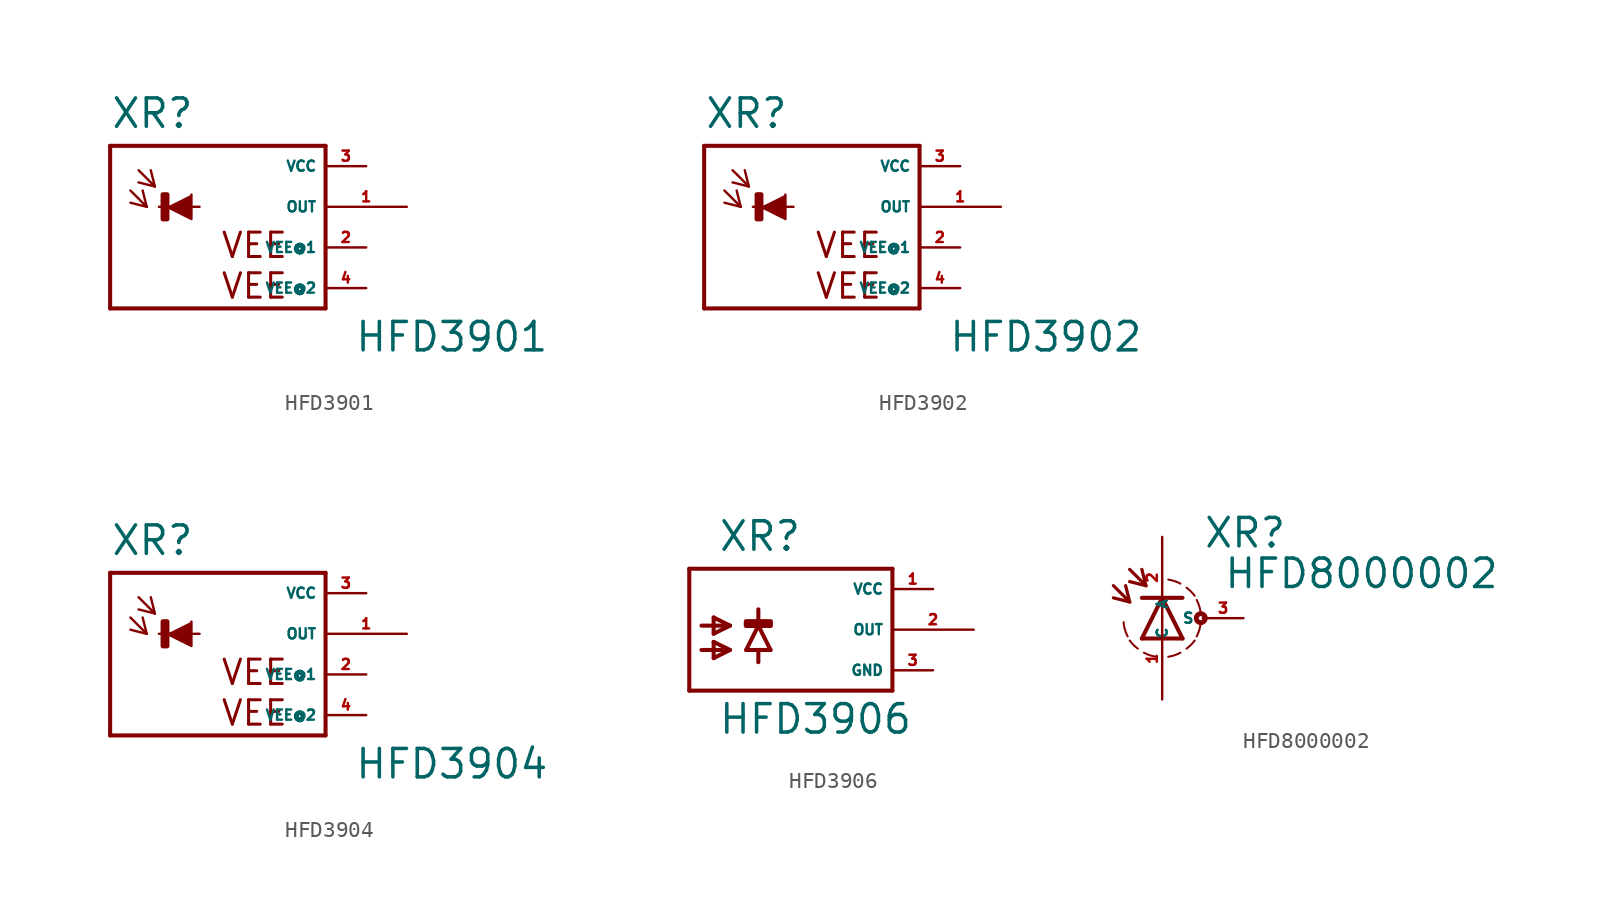
<source format=kicad_sym>
(kicad_symbol_lib
  (version 20220914)
  (generator Eagle2Kicad)
  (symbol "HFD3901"
    (property "Reference" "XR"
      (at -5.842 4.801 0)
      (effects (font (size 1.778 1.778) (thickness 0.22)) (justify left bottom)))
    (property "Value" "HFD3901"
      (at 9.398 -9.169 0)
      (effects (font (size 1.778 1.778) (thickness 0.22)) (justify left bottom)))
    (polyline
      (pts (xy -2.286 0) (xy -0.762 -0.762) (xy -0.762 0.762))
      (stroke (width 0.152) (type default))
      (fill (type outline)))
    (polyline
      (pts (xy -4.572 1.016) (xy -3.556 0))
      (stroke (width 0.152) (type default))
      (fill (type none)))
    (polyline
      (pts (xy -3.556 0) (xy -3.81 1.016))
      (stroke (width 0.152) (type default))
      (fill (type none)))
    (polyline
      (pts (xy -3.556 0) (xy -4.572 0.254))
      (stroke (width 0.152) (type default))
      (fill (type none)))
    (polyline
      (pts (xy -4.064 2.286) (xy -3.048 1.27))
      (stroke (width 0.152) (type default))
      (fill (type none)))
    (polyline
      (pts (xy -3.048 1.27) (xy -3.302 2.286))
      (stroke (width 0.152) (type default))
      (fill (type none)))
    (polyline
      (pts (xy -3.048 1.27) (xy -4.064 1.524))
      (stroke (width 0.152) (type default))
      (fill (type none)))
    (polyline
      (pts (xy 7.62 3.81) (xy 7.62 -6.35))
      (stroke (width 0.254) (type default))
      (fill (type none)))
    (polyline
      (pts (xy 7.62 -6.35) (xy -5.842 -6.35))
      (stroke (width 0.254) (type default))
      (fill (type none)))
    (polyline
      (pts (xy -5.842 -6.35) (xy -5.842 3.81))
      (stroke (width 0.254) (type default))
      (fill (type none)))
    (polyline
      (pts (xy -5.842 3.81) (xy 7.62 3.81))
      (stroke (width 0.254) (type default))
      (fill (type none)))
    (polyline
      (pts (xy -2.794 0) (xy -0.254 0))
      (stroke (width 0.152) (type default))
      (fill (type none)))
    (text "VEE"
      (at 1.016 -3.302 0)
      (effects (font (size 1.524 1.524) (thickness 0.19)) (justify left bottom)))
    (text "VEE"
      (at 1.016 -5.842 0)
      (effects (font (size 1.524 1.524) (thickness 0.19)) (justify left bottom)))
    (rectangle
      (start -2.54 -0.762)
      (end -2.286 0.762)
      (stroke (width 0.3) (type default))
      (fill (type outline)))
    (pin unspecified line
      (at 10.16 2.54 180)
      (length 2.54)
      (name "VCC" (effects (font (size 0.635 0.635) (thickness 0.08)) (justify left bottom)))
      (number "3" (effects (font (size 0.635 0.635) (thickness 0.08)) (justify left bottom))))
    (pin unspecified line
      (at 10.16 -2.54 180)
      (length 2.54)
      (name "VEE@1" (effects (font (size 0.635 0.635) (thickness 0.08)) (justify left bottom)))
      (number "2" (effects (font (size 0.635 0.635) (thickness 0.08)) (justify left bottom))))
    (pin output line
      (at 12.7 0 180)
      (length 5.08)
      (name "OUT" (effects (font (size 0.635 0.635) (thickness 0.08)) (justify left bottom)))
      (number "1" (effects (font (size 0.635 0.635) (thickness 0.08)) (justify left bottom))))
    (pin unspecified line
      (at 10.16 -5.08 180)
      (length 2.54)
      (name "VEE@2" (effects (font (size 0.635 0.635) (thickness 0.08)) (justify left bottom)))
      (number "4" (effects (font (size 0.635 0.635) (thickness 0.08)) (justify left bottom)))))
  (symbol "HFD3902"
    (property "Reference" "XR"
      (at -5.842 4.801 0)
      (effects (font (size 1.778 1.778) (thickness 0.22)) (justify left bottom)))
    (property "Value" "HFD3902"
      (at 9.398 -9.169 0)
      (effects (font (size 1.778 1.778) (thickness 0.22)) (justify left bottom)))
    (polyline
      (pts (xy -2.286 0) (xy -0.762 -0.762) (xy -0.762 0.762))
      (stroke (width 0.152) (type default))
      (fill (type outline)))
    (polyline
      (pts (xy -4.572 1.016) (xy -3.556 0))
      (stroke (width 0.152) (type default))
      (fill (type none)))
    (polyline
      (pts (xy -3.556 0) (xy -3.81 1.016))
      (stroke (width 0.152) (type default))
      (fill (type none)))
    (polyline
      (pts (xy -3.556 0) (xy -4.572 0.254))
      (stroke (width 0.152) (type default))
      (fill (type none)))
    (polyline
      (pts (xy -4.064 2.286) (xy -3.048 1.27))
      (stroke (width 0.152) (type default))
      (fill (type none)))
    (polyline
      (pts (xy -3.048 1.27) (xy -3.302 2.286))
      (stroke (width 0.152) (type default))
      (fill (type none)))
    (polyline
      (pts (xy -3.048 1.27) (xy -4.064 1.524))
      (stroke (width 0.152) (type default))
      (fill (type none)))
    (polyline
      (pts (xy 7.62 3.81) (xy 7.62 -6.35))
      (stroke (width 0.254) (type default))
      (fill (type none)))
    (polyline
      (pts (xy 7.62 -6.35) (xy -5.842 -6.35))
      (stroke (width 0.254) (type default))
      (fill (type none)))
    (polyline
      (pts (xy -5.842 -6.35) (xy -5.842 3.81))
      (stroke (width 0.254) (type default))
      (fill (type none)))
    (polyline
      (pts (xy -5.842 3.81) (xy 7.62 3.81))
      (stroke (width 0.254) (type default))
      (fill (type none)))
    (polyline
      (pts (xy -2.794 0) (xy -0.254 0))
      (stroke (width 0.152) (type default))
      (fill (type none)))
    (text "VEE"
      (at 1.016 -3.302 0)
      (effects (font (size 1.524 1.524) (thickness 0.19)) (justify left bottom)))
    (text "VEE"
      (at 1.016 -5.842 0)
      (effects (font (size 1.524 1.524) (thickness 0.19)) (justify left bottom)))
    (rectangle
      (start -2.54 -0.762)
      (end -2.286 0.762)
      (stroke (width 0.3) (type default))
      (fill (type outline)))
    (pin unspecified line
      (at 10.16 2.54 180)
      (length 2.54)
      (name "VCC" (effects (font (size 0.635 0.635) (thickness 0.08)) (justify left bottom)))
      (number "3" (effects (font (size 0.635 0.635) (thickness 0.08)) (justify left bottom))))
    (pin unspecified line
      (at 10.16 -2.54 180)
      (length 2.54)
      (name "VEE@1" (effects (font (size 0.635 0.635) (thickness 0.08)) (justify left bottom)))
      (number "2" (effects (font (size 0.635 0.635) (thickness 0.08)) (justify left bottom))))
    (pin output line
      (at 12.7 0 180)
      (length 5.08)
      (name "OUT" (effects (font (size 0.635 0.635) (thickness 0.08)) (justify left bottom)))
      (number "1" (effects (font (size 0.635 0.635) (thickness 0.08)) (justify left bottom))))
    (pin unspecified line
      (at 10.16 -5.08 180)
      (length 2.54)
      (name "VEE@2" (effects (font (size 0.635 0.635) (thickness 0.08)) (justify left bottom)))
      (number "4" (effects (font (size 0.635 0.635) (thickness 0.08)) (justify left bottom)))))
  (symbol "HFD3904"
    (property "Reference" "XR"
      (at -5.842 4.801 0)
      (effects (font (size 1.778 1.778) (thickness 0.22)) (justify left bottom)))
    (property "Value" "HFD3904"
      (at 9.398 -9.169 0)
      (effects (font (size 1.778 1.778) (thickness 0.22)) (justify left bottom)))
    (polyline
      (pts (xy -2.286 0) (xy -0.762 -0.762) (xy -0.762 0.762))
      (stroke (width 0.152) (type default))
      (fill (type outline)))
    (polyline
      (pts (xy -4.572 1.016) (xy -3.556 0))
      (stroke (width 0.152) (type default))
      (fill (type none)))
    (polyline
      (pts (xy -3.556 0) (xy -3.81 1.016))
      (stroke (width 0.152) (type default))
      (fill (type none)))
    (polyline
      (pts (xy -3.556 0) (xy -4.572 0.254))
      (stroke (width 0.152) (type default))
      (fill (type none)))
    (polyline
      (pts (xy -4.064 2.286) (xy -3.048 1.27))
      (stroke (width 0.152) (type default))
      (fill (type none)))
    (polyline
      (pts (xy -3.048 1.27) (xy -3.302 2.286))
      (stroke (width 0.152) (type default))
      (fill (type none)))
    (polyline
      (pts (xy -3.048 1.27) (xy -4.064 1.524))
      (stroke (width 0.152) (type default))
      (fill (type none)))
    (polyline
      (pts (xy 7.62 3.81) (xy 7.62 -6.35))
      (stroke (width 0.254) (type default))
      (fill (type none)))
    (polyline
      (pts (xy 7.62 -6.35) (xy -5.842 -6.35))
      (stroke (width 0.254) (type default))
      (fill (type none)))
    (polyline
      (pts (xy -5.842 -6.35) (xy -5.842 3.81))
      (stroke (width 0.254) (type default))
      (fill (type none)))
    (polyline
      (pts (xy -5.842 3.81) (xy 7.62 3.81))
      (stroke (width 0.254) (type default))
      (fill (type none)))
    (polyline
      (pts (xy -2.794 0) (xy -0.254 0))
      (stroke (width 0.152) (type default))
      (fill (type none)))
    (text "VEE"
      (at 1.016 -3.302 0)
      (effects (font (size 1.524 1.524) (thickness 0.19)) (justify left bottom)))
    (text "VEE"
      (at 1.016 -5.842 0)
      (effects (font (size 1.524 1.524) (thickness 0.19)) (justify left bottom)))
    (rectangle
      (start -2.54 -0.762)
      (end -2.286 0.762)
      (stroke (width 0.3) (type default))
      (fill (type outline)))
    (pin unspecified line
      (at 10.16 2.54 180)
      (length 2.54)
      (name "VCC" (effects (font (size 0.635 0.635) (thickness 0.08)) (justify left bottom)))
      (number "3" (effects (font (size 0.635 0.635) (thickness 0.08)) (justify left bottom))))
    (pin unspecified line
      (at 10.16 -2.54 180)
      (length 2.54)
      (name "VEE@1" (effects (font (size 0.635 0.635) (thickness 0.08)) (justify left bottom)))
      (number "2" (effects (font (size 0.635 0.635) (thickness 0.08)) (justify left bottom))))
    (pin output line
      (at 12.7 0 180)
      (length 5.08)
      (name "OUT" (effects (font (size 0.635 0.635) (thickness 0.08)) (justify left bottom)))
      (number "1" (effects (font (size 0.635 0.635) (thickness 0.08)) (justify left bottom))))
    (pin unspecified line
      (at 10.16 -5.08 180)
      (length 2.54)
      (name "VEE@2" (effects (font (size 0.635 0.635) (thickness 0.08)) (justify left bottom)))
      (number "4" (effects (font (size 0.635 0.635) (thickness 0.08)) (justify left bottom)))))
  (symbol "HFD3906"
    (property "Reference" "XR"
      (at -3.302 4.801 0)
      (effects (font (size 1.778 1.778) (thickness 0.22)) (justify left bottom)))
    (property "Value" "HFD3906"
      (at -3.302 -6.629 0)
      (effects (font (size 1.778 1.778) (thickness 0.22)) (justify left bottom)))
    (polyline
      (pts (xy -4.318 0.254) (xy -2.54 0.254))
      (stroke (width 0.254) (type default))
      (fill (type none)))
    (polyline
      (pts (xy -2.54 0.254) (xy -3.556 -0.254))
      (stroke (width 0.254) (type default))
      (fill (type none)))
    (polyline
      (pts (xy -2.54 0.254) (xy -3.556 0.762))
      (stroke (width 0.254) (type default))
      (fill (type none)))
    (polyline
      (pts (xy -4.318 -1.27) (xy -2.54 -1.27))
      (stroke (width 0.254) (type default))
      (fill (type none)))
    (polyline
      (pts (xy -2.54 -1.27) (xy -3.556 -1.778))
      (stroke (width 0.254) (type default))
      (fill (type none)))
    (polyline
      (pts (xy -2.54 -1.27) (xy -3.556 -0.762))
      (stroke (width 0.254) (type default))
      (fill (type none)))
    (polyline
      (pts (xy 7.62 3.81) (xy -5.08 3.81))
      (stroke (width 0.254) (type default))
      (fill (type none)))
    (polyline
      (pts (xy -5.08 3.81) (xy -5.08 -3.81))
      (stroke (width 0.254) (type default))
      (fill (type none)))
    (polyline
      (pts (xy -5.08 -3.81) (xy 7.62 -3.81))
      (stroke (width 0.254) (type default))
      (fill (type none)))
    (polyline
      (pts (xy 7.62 -3.81) (xy 7.62 3.81))
      (stroke (width 0.254) (type default))
      (fill (type none)))
    (polyline
      (pts (xy -3.556 0.762) (xy -3.556 -0.254))
      (stroke (width 0.254) (type default))
      (fill (type none)))
    (polyline
      (pts (xy -3.556 -0.762) (xy -3.556 -1.778))
      (stroke (width 0.254) (type default))
      (fill (type none)))
    (polyline
      (pts (xy -0.762 0.254) (xy 0 -1.27))
      (stroke (width 0.254) (type default))
      (fill (type none)))
    (polyline
      (pts (xy 0 -1.27) (xy -0.762 -1.27))
      (stroke (width 0.254) (type default))
      (fill (type none)))
    (polyline
      (pts (xy -0.762 -1.27) (xy -1.524 -1.27))
      (stroke (width 0.254) (type default))
      (fill (type none)))
    (polyline
      (pts (xy -1.524 -1.27) (xy -0.762 0.254))
      (stroke (width 0.254) (type default))
      (fill (type none)))
    (polyline
      (pts (xy -0.762 1.27) (xy -0.762 0.254))
      (stroke (width 0.254) (type default))
      (fill (type none)))
    (polyline
      (pts (xy -0.762 -1.27) (xy -0.762 -2.032))
      (stroke (width 0.254) (type default))
      (fill (type none)))
    (rectangle
      (start -1.524 0.254)
      (end 0 0.508)
      (stroke (width 0.3) (type default))
      (fill (type outline)))
    (pin unspecified line
      (at 10.16 2.54 180)
      (length 2.54)
      (name "VCC" (effects (font (size 0.635 0.635) (thickness 0.08)) (justify left bottom)))
      (number "1" (effects (font (size 0.635 0.635) (thickness 0.08)) (justify left bottom))))
    (pin unspecified line
      (at 10.16 -2.54 180)
      (length 2.54)
      (name "GND" (effects (font (size 0.635 0.635) (thickness 0.08)) (justify left bottom)))
      (number "3" (effects (font (size 0.635 0.635) (thickness 0.08)) (justify left bottom))))
    (pin output line
      (at 12.7 0 180)
      (length 5.08)
      (name "OUT" (effects (font (size 0.635 0.635) (thickness 0.08)) (justify left bottom)))
      (number "2" (effects (font (size 0.635 0.635) (thickness 0.08)) (justify left bottom)))))
  (symbol "HFD8000002"
    (property "Reference" "XR"
      (at 2.54 4.293 0)
      (effects (font (size 1.778 1.778) (thickness 0.22)) (justify left bottom)))
    (property "Value" "HFD8000002"
      (at 3.81 1.753 0)
      (effects (font (size 1.778 1.778) (thickness 0.22)) (justify left bottom)))
    (polyline
      (pts (xy 1.27 -1.27) (xy 0 1.27))
      (stroke (width 0.254) (type default))
      (fill (type none)))
    (polyline
      (pts (xy 0 1.27) (xy -1.27 -1.27))
      (stroke (width 0.254) (type default))
      (fill (type none)))
    (polyline
      (pts (xy -1.27 1.27) (xy 0 1.27))
      (stroke (width 0.254) (type default))
      (fill (type none)))
    (polyline
      (pts (xy -1.27 -1.27) (xy 1.27 -1.27))
      (stroke (width 0.254) (type default))
      (fill (type none)))
    (polyline
      (pts (xy 0 1.27) (xy 1.27 1.27))
      (stroke (width 0.254) (type default))
      (fill (type none)))
    (polyline
      (pts (xy -2.032 3.048) (xy -1.016 2.032))
      (stroke (width 0.203) (type default))
      (fill (type none)))
    (polyline
      (pts (xy -1.016 2.032) (xy -2.032 2.286))
      (stroke (width 0.203) (type default))
      (fill (type none)))
    (polyline
      (pts (xy -1.016 2.032) (xy -1.27 3.048))
      (stroke (width 0.203) (type default))
      (fill (type none)))
    (polyline
      (pts (xy -3.048 2.032) (xy -2.032 1.016))
      (stroke (width 0.203) (type default))
      (fill (type none)))
    (polyline
      (pts (xy -2.032 1.016) (xy -3.048 1.27))
      (stroke (width 0.203) (type default))
      (fill (type none)))
    (polyline
      (pts (xy -2.032 1.016) (xy -2.286 2.032))
      (stroke (width 0.203) (type default))
      (fill (type none)))
    (arc
      (start 0.381 -2.413)
      (mid 0.773 -2.318)
      (end 1.143 -2.159)
      (stroke (width 0.127) (type default))
      (fill (type none)))
    (arc
      (start 2.159 -1.143)
      (mid 2.329 -0.711)
      (end 2.413 -0.254)
      (stroke (width 0.127) (type default))
      (fill (type none)))
    (arc
      (start 2.413 0.254)
      (mid 2.329 0.711)
      (end 2.159 1.143)
      (stroke (width 0.127) (type default))
      (fill (type none)))
    (arc
      (start 2.032 1.397)
      (mid 1.797 1.670)
      (end 1.524 1.905)
      (stroke (width 0.127) (type default))
      (fill (type none)))
    (arc
      (start 1.143 2.159)
      (mid 0.773 2.318)
      (end 0.381 2.413)
      (stroke (width 0.127) (type default))
      (fill (type none)))
    (arc
      (start 1.524 -1.905)
      (mid 1.797 -1.670)
      (end 2.032 -1.397)
      (stroke (width 0.127) (type default))
      (fill (type none)))
    (arc
      (start -1.143 -2.159)
      (mid -0.773 -2.318)
      (end -0.381 -2.413)
      (stroke (width 0.127) (type default))
      (fill (type none)))
    (arc
      (start -2.032 -1.397)
      (mid -1.797 -1.670)
      (end -1.524 -1.905)
      (stroke (width 0.127) (type default))
      (fill (type none)))
    (arc
      (start -2.413 -0.254)
      (mid -2.329 -0.711)
      (end -2.159 -1.143)
      (stroke (width 0.127) (type default))
      (fill (type none)))
    (circle
      (center 2.413 0)
      (radius 0.127)
      (stroke (width 0.305) (type default))
      (fill (type none)))
    (pin passive line
      (at 0 -5.08 90)
      (length 5.08)
      (name "A" (effects (font (size 0.635 0.635) (thickness 0.08)) (justify left bottom)))
      (number "1" (effects (font (size 0.635 0.635) (thickness 0.08)) (justify left bottom))))
    (pin passive line
      (at 0 5.08 270)
      (length 5.08)
      (name "C" (effects (font (size 0.635 0.635) (thickness 0.08)) (justify left bottom)))
      (number "2" (effects (font (size 0.635 0.635) (thickness 0.08)) (justify left bottom))))
    (pin passive line
      (at 5.08 0 180)
      (length 2.54)
      (name "S" (effects (font (size 0.635 0.635) (thickness 0.08)) (justify left bottom)))
      (number "3" (effects (font (size 0.635 0.635) (thickness 0.08)) (justify left bottom))))))
</source>
